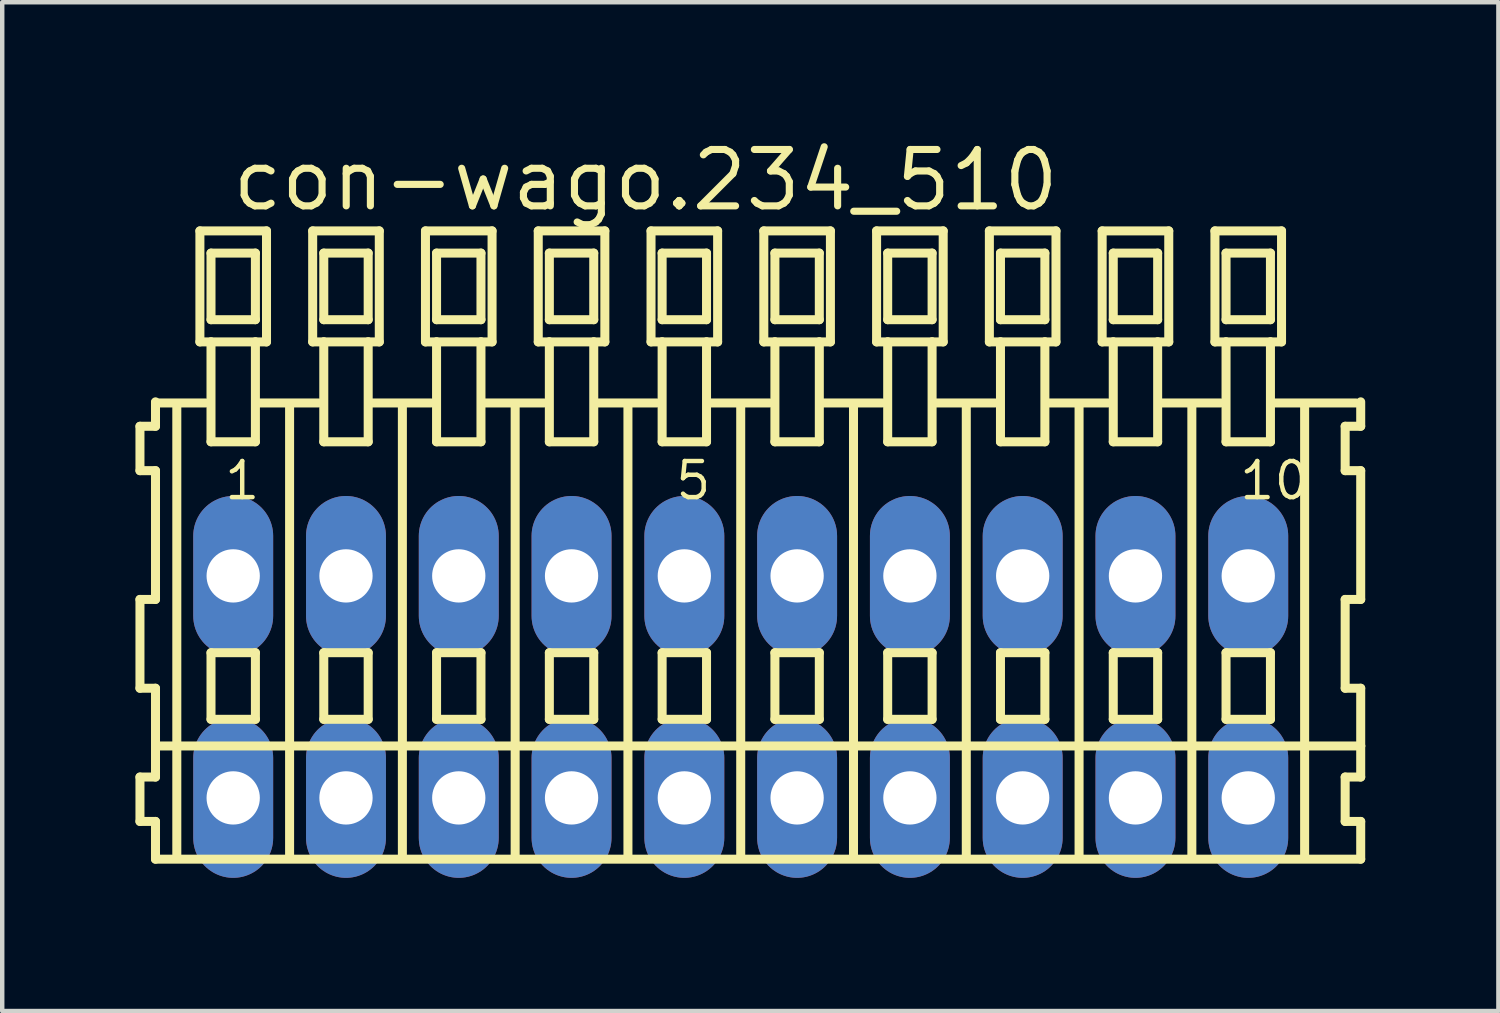
<source format=kicad_pcb>
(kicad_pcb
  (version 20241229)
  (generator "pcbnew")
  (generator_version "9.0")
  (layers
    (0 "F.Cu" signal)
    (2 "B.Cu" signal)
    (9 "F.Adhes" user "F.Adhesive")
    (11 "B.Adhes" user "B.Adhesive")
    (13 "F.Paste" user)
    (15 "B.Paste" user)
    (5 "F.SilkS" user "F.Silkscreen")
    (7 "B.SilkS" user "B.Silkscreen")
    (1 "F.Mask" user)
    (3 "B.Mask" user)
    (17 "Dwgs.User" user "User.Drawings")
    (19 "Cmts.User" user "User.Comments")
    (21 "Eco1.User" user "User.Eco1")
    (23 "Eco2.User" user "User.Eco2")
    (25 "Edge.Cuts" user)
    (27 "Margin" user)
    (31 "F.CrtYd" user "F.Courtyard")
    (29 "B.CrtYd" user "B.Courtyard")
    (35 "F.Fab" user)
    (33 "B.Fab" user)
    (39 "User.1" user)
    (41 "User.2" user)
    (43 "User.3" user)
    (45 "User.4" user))
  (footprint "con-wago.234_510"
    (layer "F.Cu")
    (at 13.632 12.42)
    (property "Reference" "con-wago.234_510" (at -11.53 -10.67 0) (layer "F.SilkS") (effects (font (size 1.27 1.27) (thickness 0.16)) (justify left bottom)))
    (attr through_hole)
    (fp_line (start -13.53 -5.87) (end -13.53 -4.87) (stroke (width 0.203) (type default)) (layer "F.SilkS"))
    (fp_line (start -13.53 -4.87) (end -13.18 -4.87) (stroke (width 0.203) (type default)) (layer "F.SilkS"))
    (fp_line (start -13.53 -1.97) (end -13.53 0.03) (stroke (width 0.203) (type default)) (layer "F.SilkS"))
    (fp_line (start -13.53 0.03) (end -13.18 0.03) (stroke (width 0.203) (type default)) (layer "F.SilkS"))
    (fp_line (start -13.53 2.03) (end -13.53 3.03) (stroke (width 0.203) (type default)) (layer "F.SilkS"))
    (fp_line (start -13.53 3.03) (end -13.18 3.03) (stroke (width 0.203) (type default)) (layer "F.SilkS"))
    (fp_line (start -13.18 -6.42) (end -13.18 -6.395) (stroke (width 0.203) (type default)) (layer "F.SilkS"))
    (fp_line (start -13.18 -6.395) (end -13.18 -5.87) (stroke (width 0.203) (type default)) (layer "F.SilkS"))
    (fp_line (start -13.18 -6.395) (end -12.055 -6.395) (stroke (width 0.203) (type default)) (layer "F.SilkS"))
    (fp_line (start -13.18 -5.87) (end -13.53 -5.87) (stroke (width 0.203) (type default)) (layer "F.SilkS"))
    (fp_line (start -13.18 -4.87) (end -13.18 -1.97) (stroke (width 0.203) (type default)) (layer "F.SilkS"))
    (fp_line (start -13.18 -1.97) (end -13.53 -1.97) (stroke (width 0.203) (type default)) (layer "F.SilkS"))
    (fp_line (start -13.18 0.03) (end -13.18 1.33) (stroke (width 0.203) (type default)) (layer "F.SilkS"))
    (fp_line (start -13.18 1.33) (end -13.18 2.03) (stroke (width 0.203) (type default)) (layer "F.SilkS"))
    (fp_line (start -13.18 1.33) (end 13.963 1.33) (stroke (width 0.203) (type default)) (layer "F.SilkS"))
    (fp_line (start -13.18 2.03) (end -13.53 2.03) (stroke (width 0.203) (type default)) (layer "F.SilkS"))
    (fp_line (start -13.18 3.03) (end -13.18 3.88) (stroke (width 0.203) (type default)) (layer "F.SilkS"))
    (fp_line (start -13.18 3.88) (end 13.963 3.88) (stroke (width 0.203) (type default)) (layer "F.SilkS"))
    (fp_line (start -12.7 3.83) (end -12.7 -6.33) (stroke (width 0.203) (type default)) (layer "F.SilkS"))
    (fp_line (start -12.18 -10.27) (end -12.18 -7.77) (stroke (width 0.203) (type default)) (layer "F.SilkS"))
    (fp_line (start -12.18 -7.77) (end -11.93 -7.77) (stroke (width 0.203) (type default)) (layer "F.SilkS"))
    (fp_line (start -11.93 -9.77) (end -11.93 -8.27) (stroke (width 0.203) (type default)) (layer "F.SilkS"))
    (fp_line (start -11.93 -8.27) (end -10.93 -8.27) (stroke (width 0.203) (type default)) (layer "F.SilkS"))
    (fp_line (start -11.93 -7.77) (end -11.93 -5.52) (stroke (width 0.203) (type default)) (layer "F.SilkS"))
    (fp_line (start -11.93 -7.77) (end -10.93 -7.77) (stroke (width 0.203) (type default)) (layer "F.SilkS"))
    (fp_line (start -11.93 -5.52) (end -10.93 -5.52) (stroke (width 0.203) (type default)) (layer "F.SilkS"))
    (fp_line (start -11.93 -0.77) (end -11.93 0.73) (stroke (width 0.203) (type default)) (layer "F.SilkS"))
    (fp_line (start -11.93 0.73) (end -10.93 0.73) (stroke (width 0.203) (type default)) (layer "F.SilkS"))
    (fp_line (start -10.93 -9.77) (end -11.93 -9.77) (stroke (width 0.203) (type default)) (layer "F.SilkS"))
    (fp_line (start -10.93 -8.27) (end -10.93 -9.77) (stroke (width 0.203) (type default)) (layer "F.SilkS"))
    (fp_line (start -10.93 -7.77) (end -10.68 -7.77) (stroke (width 0.203) (type default)) (layer "F.SilkS"))
    (fp_line (start -10.93 -5.52) (end -10.93 -7.77) (stroke (width 0.203) (type default)) (layer "F.SilkS"))
    (fp_line (start -10.93 -0.77) (end -11.93 -0.77) (stroke (width 0.203) (type default)) (layer "F.SilkS"))
    (fp_line (start -10.93 0.73) (end -10.93 -0.77) (stroke (width 0.203) (type default)) (layer "F.SilkS"))
    (fp_line (start -10.894 -6.395) (end -9.515 -6.395) (stroke (width 0.203) (type default)) (layer "F.SilkS"))
    (fp_line (start -10.68 -10.27) (end -12.18 -10.27) (stroke (width 0.203) (type default)) (layer "F.SilkS"))
    (fp_line (start -10.68 -7.77) (end -10.68 -10.27) (stroke (width 0.203) (type default)) (layer "F.SilkS"))
    (fp_line (start -10.16 3.83) (end -10.16 -6.33) (stroke (width 0.203) (type default)) (layer "F.SilkS"))
    (fp_line (start -9.64 -10.27) (end -9.64 -7.77) (stroke (width 0.203) (type default)) (layer "F.SilkS"))
    (fp_line (start -9.64 -7.77) (end -9.39 -7.77) (stroke (width 0.203) (type default)) (layer "F.SilkS"))
    (fp_line (start -9.39 -9.77) (end -9.39 -8.27) (stroke (width 0.203) (type default)) (layer "F.SilkS"))
    (fp_line (start -9.39 -8.27) (end -8.39 -8.27) (stroke (width 0.203) (type default)) (layer "F.SilkS"))
    (fp_line (start -9.39 -7.77) (end -9.39 -5.52) (stroke (width 0.203) (type default)) (layer "F.SilkS"))
    (fp_line (start -9.39 -7.77) (end -8.39 -7.77) (stroke (width 0.203) (type default)) (layer "F.SilkS"))
    (fp_line (start -9.39 -5.52) (end -8.39 -5.52) (stroke (width 0.203) (type default)) (layer "F.SilkS"))
    (fp_line (start -9.39 -0.77) (end -9.39 0.73) (stroke (width 0.203) (type default)) (layer "F.SilkS"))
    (fp_line (start -9.39 0.73) (end -8.39 0.73) (stroke (width 0.203) (type default)) (layer "F.SilkS"))
    (fp_line (start -8.39 -9.77) (end -9.39 -9.77) (stroke (width 0.203) (type default)) (layer "F.SilkS"))
    (fp_line (start -8.39 -8.27) (end -8.39 -9.77) (stroke (width 0.203) (type default)) (layer "F.SilkS"))
    (fp_line (start -8.39 -7.77) (end -8.14 -7.77) (stroke (width 0.203) (type default)) (layer "F.SilkS"))
    (fp_line (start -8.39 -5.52) (end -8.39 -7.77) (stroke (width 0.203) (type default)) (layer "F.SilkS"))
    (fp_line (start -8.39 -0.77) (end -9.39 -0.77) (stroke (width 0.203) (type default)) (layer "F.SilkS"))
    (fp_line (start -8.39 0.73) (end -8.39 -0.77) (stroke (width 0.203) (type default)) (layer "F.SilkS"))
    (fp_line (start -8.354 -6.395) (end -6.975 -6.395) (stroke (width 0.203) (type default)) (layer "F.SilkS"))
    (fp_line (start -8.14 -10.27) (end -9.64 -10.27) (stroke (width 0.203) (type default)) (layer "F.SilkS"))
    (fp_line (start -8.14 -7.77) (end -8.14 -10.27) (stroke (width 0.203) (type default)) (layer "F.SilkS"))
    (fp_line (start -7.62 3.83) (end -7.62 -6.33) (stroke (width 0.203) (type default)) (layer "F.SilkS"))
    (fp_line (start -7.1 -10.27) (end -7.1 -7.77) (stroke (width 0.203) (type default)) (layer "F.SilkS"))
    (fp_line (start -7.1 -7.77) (end -6.85 -7.77) (stroke (width 0.203) (type default)) (layer "F.SilkS"))
    (fp_line (start -6.85 -9.77) (end -6.85 -8.27) (stroke (width 0.203) (type default)) (layer "F.SilkS"))
    (fp_line (start -6.85 -8.27) (end -5.85 -8.27) (stroke (width 0.203) (type default)) (layer "F.SilkS"))
    (fp_line (start -6.85 -7.77) (end -6.85 -5.52) (stroke (width 0.203) (type default)) (layer "F.SilkS"))
    (fp_line (start -6.85 -7.77) (end -5.85 -7.77) (stroke (width 0.203) (type default)) (layer "F.SilkS"))
    (fp_line (start -6.85 -5.52) (end -5.85 -5.52) (stroke (width 0.203) (type default)) (layer "F.SilkS"))
    (fp_line (start -6.85 -0.77) (end -6.85 0.73) (stroke (width 0.203) (type default)) (layer "F.SilkS"))
    (fp_line (start -6.85 0.73) (end -5.85 0.73) (stroke (width 0.203) (type default)) (layer "F.SilkS"))
    (fp_line (start -5.85 -9.77) (end -6.85 -9.77) (stroke (width 0.203) (type default)) (layer "F.SilkS"))
    (fp_line (start -5.85 -8.27) (end -5.85 -9.77) (stroke (width 0.203) (type default)) (layer "F.SilkS"))
    (fp_line (start -5.85 -7.77) (end -5.6 -7.77) (stroke (width 0.203) (type default)) (layer "F.SilkS"))
    (fp_line (start -5.85 -5.52) (end -5.85 -7.77) (stroke (width 0.203) (type default)) (layer "F.SilkS"))
    (fp_line (start -5.85 -0.77) (end -6.85 -0.77) (stroke (width 0.203) (type default)) (layer "F.SilkS"))
    (fp_line (start -5.85 0.73) (end -5.85 -0.77) (stroke (width 0.203) (type default)) (layer "F.SilkS"))
    (fp_line (start -5.814 -6.395) (end -4.435 -6.395) (stroke (width 0.203) (type default)) (layer "F.SilkS"))
    (fp_line (start -5.6 -10.27) (end -7.1 -10.27) (stroke (width 0.203) (type default)) (layer "F.SilkS"))
    (fp_line (start -5.6 -7.77) (end -5.6 -10.27) (stroke (width 0.203) (type default)) (layer "F.SilkS"))
    (fp_line (start -5.08 3.83) (end -5.08 -6.33) (stroke (width 0.203) (type default)) (layer "F.SilkS"))
    (fp_line (start -4.56 -10.27) (end -4.56 -7.77) (stroke (width 0.203) (type default)) (layer "F.SilkS"))
    (fp_line (start -4.56 -7.77) (end -4.31 -7.77) (stroke (width 0.203) (type default)) (layer "F.SilkS"))
    (fp_line (start -4.31 -9.77) (end -4.31 -8.27) (stroke (width 0.203) (type default)) (layer "F.SilkS"))
    (fp_line (start -4.31 -8.27) (end -3.31 -8.27) (stroke (width 0.203) (type default)) (layer "F.SilkS"))
    (fp_line (start -4.31 -7.77) (end -4.31 -5.52) (stroke (width 0.203) (type default)) (layer "F.SilkS"))
    (fp_line (start -4.31 -7.77) (end -3.31 -7.77) (stroke (width 0.203) (type default)) (layer "F.SilkS"))
    (fp_line (start -4.31 -5.52) (end -3.31 -5.52) (stroke (width 0.203) (type default)) (layer "F.SilkS"))
    (fp_line (start -4.31 -0.77) (end -4.31 0.73) (stroke (width 0.203) (type default)) (layer "F.SilkS"))
    (fp_line (start -4.31 0.73) (end -3.31 0.73) (stroke (width 0.203) (type default)) (layer "F.SilkS"))
    (fp_line (start -3.31 -9.77) (end -4.31 -9.77) (stroke (width 0.203) (type default)) (layer "F.SilkS"))
    (fp_line (start -3.31 -8.27) (end -3.31 -9.77) (stroke (width 0.203) (type default)) (layer "F.SilkS"))
    (fp_line (start -3.31 -7.77) (end -3.06 -7.77) (stroke (width 0.203) (type default)) (layer "F.SilkS"))
    (fp_line (start -3.31 -5.52) (end -3.31 -7.77) (stroke (width 0.203) (type default)) (layer "F.SilkS"))
    (fp_line (start -3.31 -0.77) (end -4.31 -0.77) (stroke (width 0.203) (type default)) (layer "F.SilkS"))
    (fp_line (start -3.31 0.73) (end -3.31 -0.77) (stroke (width 0.203) (type default)) (layer "F.SilkS"))
    (fp_line (start -3.274 -6.395) (end -1.895 -6.395) (stroke (width 0.203) (type default)) (layer "F.SilkS"))
    (fp_line (start -3.06 -10.27) (end -4.56 -10.27) (stroke (width 0.203) (type default)) (layer "F.SilkS"))
    (fp_line (start -3.06 -7.77) (end -3.06 -10.27) (stroke (width 0.203) (type default)) (layer "F.SilkS"))
    (fp_line (start -2.54 3.83) (end -2.54 -6.33) (stroke (width 0.203) (type default)) (layer "F.SilkS"))
    (fp_line (start -2.02 -10.27) (end -2.02 -7.77) (stroke (width 0.203) (type default)) (layer "F.SilkS"))
    (fp_line (start -2.02 -7.77) (end -1.77 -7.77) (stroke (width 0.203) (type default)) (layer "F.SilkS"))
    (fp_line (start -1.77 -9.77) (end -1.77 -8.27) (stroke (width 0.203) (type default)) (layer "F.SilkS"))
    (fp_line (start -1.77 -8.27) (end -0.77 -8.27) (stroke (width 0.203) (type default)) (layer "F.SilkS"))
    (fp_line (start -1.77 -7.77) (end -1.77 -5.52) (stroke (width 0.203) (type default)) (layer "F.SilkS"))
    (fp_line (start -1.77 -7.77) (end -0.77 -7.77) (stroke (width 0.203) (type default)) (layer "F.SilkS"))
    (fp_line (start -1.77 -5.52) (end -0.77 -5.52) (stroke (width 0.203) (type default)) (layer "F.SilkS"))
    (fp_line (start -1.77 -0.77) (end -1.77 0.73) (stroke (width 0.203) (type default)) (layer "F.SilkS"))
    (fp_line (start -1.77 0.73) (end -0.77 0.73) (stroke (width 0.203) (type default)) (layer "F.SilkS"))
    (fp_line (start -0.77 -9.77) (end -1.77 -9.77) (stroke (width 0.203) (type default)) (layer "F.SilkS"))
    (fp_line (start -0.77 -8.27) (end -0.77 -9.77) (stroke (width 0.203) (type default)) (layer "F.SilkS"))
    (fp_line (start -0.77 -7.77) (end -0.52 -7.77) (stroke (width 0.203) (type default)) (layer "F.SilkS"))
    (fp_line (start -0.77 -5.52) (end -0.77 -7.77) (stroke (width 0.203) (type default)) (layer "F.SilkS"))
    (fp_line (start -0.77 -0.77) (end -1.77 -0.77) (stroke (width 0.203) (type default)) (layer "F.SilkS"))
    (fp_line (start -0.77 0.73) (end -0.77 -0.77) (stroke (width 0.203) (type default)) (layer "F.SilkS"))
    (fp_line (start -0.734 -6.395) (end 0.645 -6.395) (stroke (width 0.203) (type default)) (layer "F.SilkS"))
    (fp_line (start -0.52 -10.27) (end -2.02 -10.27) (stroke (width 0.203) (type default)) (layer "F.SilkS"))
    (fp_line (start -0.52 -7.77) (end -0.52 -10.27) (stroke (width 0.203) (type default)) (layer "F.SilkS"))
    (fp_line (start 0 3.83) (end 0 -6.33) (stroke (width 0.203) (type default)) (layer "F.SilkS"))
    (fp_line (start 0.52 -10.27) (end 0.52 -7.77) (stroke (width 0.203) (type default)) (layer "F.SilkS"))
    (fp_line (start 0.52 -7.77) (end 0.77 -7.77) (stroke (width 0.203) (type default)) (layer "F.SilkS"))
    (fp_line (start 0.77 -9.77) (end 0.77 -8.27) (stroke (width 0.203) (type default)) (layer "F.SilkS"))
    (fp_line (start 0.77 -8.27) (end 1.77 -8.27) (stroke (width 0.203) (type default)) (layer "F.SilkS"))
    (fp_line (start 0.77 -7.77) (end 0.77 -5.52) (stroke (width 0.203) (type default)) (layer "F.SilkS"))
    (fp_line (start 0.77 -7.77) (end 1.77 -7.77) (stroke (width 0.203) (type default)) (layer "F.SilkS"))
    (fp_line (start 0.77 -5.52) (end 1.77 -5.52) (stroke (width 0.203) (type default)) (layer "F.SilkS"))
    (fp_line (start 0.77 -0.77) (end 0.77 0.73) (stroke (width 0.203) (type default)) (layer "F.SilkS"))
    (fp_line (start 0.77 0.73) (end 1.77 0.73) (stroke (width 0.203) (type default)) (layer "F.SilkS"))
    (fp_line (start 1.77 -9.77) (end 0.77 -9.77) (stroke (width 0.203) (type default)) (layer "F.SilkS"))
    (fp_line (start 1.77 -8.27) (end 1.77 -9.77) (stroke (width 0.203) (type default)) (layer "F.SilkS"))
    (fp_line (start 1.77 -7.77) (end 2.02 -7.77) (stroke (width 0.203) (type default)) (layer "F.SilkS"))
    (fp_line (start 1.77 -5.52) (end 1.77 -7.77) (stroke (width 0.203) (type default)) (layer "F.SilkS"))
    (fp_line (start 1.77 -0.77) (end 0.77 -0.77) (stroke (width 0.203) (type default)) (layer "F.SilkS"))
    (fp_line (start 1.77 0.73) (end 1.77 -0.77) (stroke (width 0.203) (type default)) (layer "F.SilkS"))
    (fp_line (start 1.806 -6.395) (end 3.185 -6.395) (stroke (width 0.203) (type default)) (layer "F.SilkS"))
    (fp_line (start 2.02 -10.27) (end 0.52 -10.27) (stroke (width 0.203) (type default)) (layer "F.SilkS"))
    (fp_line (start 2.02 -7.77) (end 2.02 -10.27) (stroke (width 0.203) (type default)) (layer "F.SilkS"))
    (fp_line (start 2.54 3.83) (end 2.54 -6.33) (stroke (width 0.203) (type default)) (layer "F.SilkS"))
    (fp_line (start 3.06 -10.27) (end 3.06 -7.77) (stroke (width 0.203) (type default)) (layer "F.SilkS"))
    (fp_line (start 3.06 -7.77) (end 3.31 -7.77) (stroke (width 0.203) (type default)) (layer "F.SilkS"))
    (fp_line (start 3.31 -9.77) (end 3.31 -8.27) (stroke (width 0.203) (type default)) (layer "F.SilkS"))
    (fp_line (start 3.31 -8.27) (end 4.31 -8.27) (stroke (width 0.203) (type default)) (layer "F.SilkS"))
    (fp_line (start 3.31 -7.77) (end 3.31 -5.52) (stroke (width 0.203) (type default)) (layer "F.SilkS"))
    (fp_line (start 3.31 -7.77) (end 4.31 -7.77) (stroke (width 0.203) (type default)) (layer "F.SilkS"))
    (fp_line (start 3.31 -5.52) (end 4.31 -5.52) (stroke (width 0.203) (type default)) (layer "F.SilkS"))
    (fp_line (start 3.31 -0.77) (end 3.31 0.73) (stroke (width 0.203) (type default)) (layer "F.SilkS"))
    (fp_line (start 3.31 0.73) (end 4.31 0.73) (stroke (width 0.203) (type default)) (layer "F.SilkS"))
    (fp_line (start 4.31 -9.77) (end 3.31 -9.77) (stroke (width 0.203) (type default)) (layer "F.SilkS"))
    (fp_line (start 4.31 -8.27) (end 4.31 -9.77) (stroke (width 0.203) (type default)) (layer "F.SilkS"))
    (fp_line (start 4.31 -7.77) (end 4.56 -7.77) (stroke (width 0.203) (type default)) (layer "F.SilkS"))
    (fp_line (start 4.31 -5.52) (end 4.31 -7.77) (stroke (width 0.203) (type default)) (layer "F.SilkS"))
    (fp_line (start 4.31 -0.77) (end 3.31 -0.77) (stroke (width 0.203) (type default)) (layer "F.SilkS"))
    (fp_line (start 4.31 0.73) (end 4.31 -0.77) (stroke (width 0.203) (type default)) (layer "F.SilkS"))
    (fp_line (start 4.346 -6.395) (end 5.725 -6.395) (stroke (width 0.203) (type default)) (layer "F.SilkS"))
    (fp_line (start 4.56 -10.27) (end 3.06 -10.27) (stroke (width 0.203) (type default)) (layer "F.SilkS"))
    (fp_line (start 4.56 -7.77) (end 4.56 -10.27) (stroke (width 0.203) (type default)) (layer "F.SilkS"))
    (fp_line (start 5.08 3.83) (end 5.08 -6.33) (stroke (width 0.203) (type default)) (layer "F.SilkS"))
    (fp_line (start 5.6 -10.27) (end 5.6 -7.77) (stroke (width 0.203) (type default)) (layer "F.SilkS"))
    (fp_line (start 5.6 -7.77) (end 5.85 -7.77) (stroke (width 0.203) (type default)) (layer "F.SilkS"))
    (fp_line (start 5.85 -9.77) (end 5.85 -8.27) (stroke (width 0.203) (type default)) (layer "F.SilkS"))
    (fp_line (start 5.85 -8.27) (end 6.85 -8.27) (stroke (width 0.203) (type default)) (layer "F.SilkS"))
    (fp_line (start 5.85 -7.77) (end 5.85 -5.52) (stroke (width 0.203) (type default)) (layer "F.SilkS"))
    (fp_line (start 5.85 -7.77) (end 6.85 -7.77) (stroke (width 0.203) (type default)) (layer "F.SilkS"))
    (fp_line (start 5.85 -5.52) (end 6.85 -5.52) (stroke (width 0.203) (type default)) (layer "F.SilkS"))
    (fp_line (start 5.85 -0.77) (end 5.85 0.73) (stroke (width 0.203) (type default)) (layer "F.SilkS"))
    (fp_line (start 5.85 0.73) (end 6.85 0.73) (stroke (width 0.203) (type default)) (layer "F.SilkS"))
    (fp_line (start 6.85 -9.77) (end 5.85 -9.77) (stroke (width 0.203) (type default)) (layer "F.SilkS"))
    (fp_line (start 6.85 -8.27) (end 6.85 -9.77) (stroke (width 0.203) (type default)) (layer "F.SilkS"))
    (fp_line (start 6.85 -7.77) (end 7.1 -7.77) (stroke (width 0.203) (type default)) (layer "F.SilkS"))
    (fp_line (start 6.85 -5.52) (end 6.85 -7.77) (stroke (width 0.203) (type default)) (layer "F.SilkS"))
    (fp_line (start 6.85 -0.77) (end 5.85 -0.77) (stroke (width 0.203) (type default)) (layer "F.SilkS"))
    (fp_line (start 6.85 0.73) (end 6.85 -0.77) (stroke (width 0.203) (type default)) (layer "F.SilkS"))
    (fp_line (start 6.886 -6.395) (end 8.265 -6.395) (stroke (width 0.203) (type default)) (layer "F.SilkS"))
    (fp_line (start 7.1 -10.27) (end 5.6 -10.27) (stroke (width 0.203) (type default)) (layer "F.SilkS"))
    (fp_line (start 7.1 -7.77) (end 7.1 -10.27) (stroke (width 0.203) (type default)) (layer "F.SilkS"))
    (fp_line (start 7.62 3.83) (end 7.62 -6.33) (stroke (width 0.203) (type default)) (layer "F.SilkS"))
    (fp_line (start 8.14 -10.27) (end 8.14 -7.77) (stroke (width 0.203) (type default)) (layer "F.SilkS"))
    (fp_line (start 8.14 -7.77) (end 8.39 -7.77) (stroke (width 0.203) (type default)) (layer "F.SilkS"))
    (fp_line (start 8.39 -9.77) (end 8.39 -8.27) (stroke (width 0.203) (type default)) (layer "F.SilkS"))
    (fp_line (start 8.39 -8.27) (end 9.39 -8.27) (stroke (width 0.203) (type default)) (layer "F.SilkS"))
    (fp_line (start 8.39 -7.77) (end 8.39 -5.52) (stroke (width 0.203) (type default)) (layer "F.SilkS"))
    (fp_line (start 8.39 -7.77) (end 9.39 -7.77) (stroke (width 0.203) (type default)) (layer "F.SilkS"))
    (fp_line (start 8.39 -5.52) (end 9.39 -5.52) (stroke (width 0.203) (type default)) (layer "F.SilkS"))
    (fp_line (start 8.39 -0.77) (end 8.39 0.73) (stroke (width 0.203) (type default)) (layer "F.SilkS"))
    (fp_line (start 8.39 0.73) (end 9.39 0.73) (stroke (width 0.203) (type default)) (layer "F.SilkS"))
    (fp_line (start 9.39 -9.77) (end 8.39 -9.77) (stroke (width 0.203) (type default)) (layer "F.SilkS"))
    (fp_line (start 9.39 -8.27) (end 9.39 -9.77) (stroke (width 0.203) (type default)) (layer "F.SilkS"))
    (fp_line (start 9.39 -7.77) (end 9.64 -7.77) (stroke (width 0.203) (type default)) (layer "F.SilkS"))
    (fp_line (start 9.39 -5.52) (end 9.39 -7.77) (stroke (width 0.203) (type default)) (layer "F.SilkS"))
    (fp_line (start 9.39 -0.77) (end 8.39 -0.77) (stroke (width 0.203) (type default)) (layer "F.SilkS"))
    (fp_line (start 9.39 0.73) (end 9.39 -0.77) (stroke (width 0.203) (type default)) (layer "F.SilkS"))
    (fp_line (start 9.426 -6.395) (end 10.805 -6.395) (stroke (width 0.203) (type default)) (layer "F.SilkS"))
    (fp_line (start 9.64 -10.27) (end 8.14 -10.27) (stroke (width 0.203) (type default)) (layer "F.SilkS"))
    (fp_line (start 9.64 -7.77) (end 9.64 -10.27) (stroke (width 0.203) (type default)) (layer "F.SilkS"))
    (fp_line (start 10.16 3.83) (end 10.16 -6.33) (stroke (width 0.203) (type default)) (layer "F.SilkS"))
    (fp_line (start 10.68 -10.27) (end 10.68 -7.77) (stroke (width 0.203) (type default)) (layer "F.SilkS"))
    (fp_line (start 10.68 -7.77) (end 10.93 -7.77) (stroke (width 0.203) (type default)) (layer "F.SilkS"))
    (fp_line (start 10.93 -9.77) (end 10.93 -8.27) (stroke (width 0.203) (type default)) (layer "F.SilkS"))
    (fp_line (start 10.93 -8.27) (end 11.93 -8.27) (stroke (width 0.203) (type default)) (layer "F.SilkS"))
    (fp_line (start 10.93 -7.77) (end 10.93 -5.52) (stroke (width 0.203) (type default)) (layer "F.SilkS"))
    (fp_line (start 10.93 -7.77) (end 11.93 -7.77) (stroke (width 0.203) (type default)) (layer "F.SilkS"))
    (fp_line (start 10.93 -5.52) (end 11.93 -5.52) (stroke (width 0.203) (type default)) (layer "F.SilkS"))
    (fp_line (start 10.93 -0.77) (end 10.93 0.73) (stroke (width 0.203) (type default)) (layer "F.SilkS"))
    (fp_line (start 10.93 0.73) (end 11.93 0.73) (stroke (width 0.203) (type default)) (layer "F.SilkS"))
    (fp_line (start 11.93 -9.77) (end 10.93 -9.77) (stroke (width 0.203) (type default)) (layer "F.SilkS"))
    (fp_line (start 11.93 -8.27) (end 11.93 -9.77) (stroke (width 0.203) (type default)) (layer "F.SilkS"))
    (fp_line (start 11.93 -7.77) (end 12.18 -7.77) (stroke (width 0.203) (type default)) (layer "F.SilkS"))
    (fp_line (start 11.93 -5.52) (end 11.93 -7.77) (stroke (width 0.203) (type default)) (layer "F.SilkS"))
    (fp_line (start 11.93 -0.77) (end 10.93 -0.77) (stroke (width 0.203) (type default)) (layer "F.SilkS"))
    (fp_line (start 11.93 0.73) (end 11.93 -0.77) (stroke (width 0.203) (type default)) (layer "F.SilkS"))
    (fp_line (start 11.966 -6.395) (end 13.853 -6.395) (stroke (width 0.203) (type default)) (layer "F.SilkS"))
    (fp_line (start 12.18 -10.27) (end 10.68 -10.27) (stroke (width 0.203) (type default)) (layer "F.SilkS"))
    (fp_line (start 12.18 -7.77) (end 12.18 -10.27) (stroke (width 0.203) (type default)) (layer "F.SilkS"))
    (fp_line (start 12.7 3.83) (end 12.7 -6.33) (stroke (width 0.203) (type default)) (layer "F.SilkS"))
    (fp_line (start 13.613 -5.87) (end 13.613 -4.87) (stroke (width 0.203) (type default)) (layer "F.SilkS"))
    (fp_line (start 13.613 -4.87) (end 13.963 -4.87) (stroke (width 0.203) (type default)) (layer "F.SilkS"))
    (fp_line (start 13.613 -1.97) (end 13.613 0.03) (stroke (width 0.203) (type default)) (layer "F.SilkS"))
    (fp_line (start 13.613 0.03) (end 13.963 0.03) (stroke (width 0.203) (type default)) (layer "F.SilkS"))
    (fp_line (start 13.613 2.03) (end 13.613 3.03) (stroke (width 0.203) (type default)) (layer "F.SilkS"))
    (fp_line (start 13.613 3.03) (end 13.963 3.03) (stroke (width 0.203) (type default)) (layer "F.SilkS"))
    (fp_line (start 13.963 -5.87) (end 13.613 -5.87) (stroke (width 0.203) (type default)) (layer "F.SilkS"))
    (fp_line (start 13.963 -5.87) (end 13.963 -6.42) (stroke (width 0.203) (type default)) (layer "F.SilkS"))
    (fp_line (start 13.963 -1.97) (end 13.613 -1.97) (stroke (width 0.203) (type default)) (layer "F.SilkS"))
    (fp_line (start 13.963 -1.97) (end 13.963 -4.87) (stroke (width 0.203) (type default)) (layer "F.SilkS"))
    (fp_line (start 13.963 1.33) (end 13.963 0.03) (stroke (width 0.203) (type default)) (layer "F.SilkS"))
    (fp_line (start 13.963 2.03) (end 13.613 2.03) (stroke (width 0.203) (type default)) (layer "F.SilkS"))
    (fp_line (start 13.963 2.03) (end 13.963 1.33) (stroke (width 0.203) (type default)) (layer "F.SilkS"))
    (fp_line (start 13.963 3.88) (end 13.963 3.03) (stroke (width 0.203) (type default)) (layer "F.SilkS"))
    (fp_text user "1" (at -11.68 -4.17 0) (layer "F.SilkS") (effects (font (size 0.813 0.813) (thickness 0.1)) (justify left bottom)))
    (fp_text user "10" (at 11.18 -4.17 0) (layer "F.SilkS") (effects (font (size 0.813 0.813) (thickness 0.1)) (justify left bottom)))
    (fp_text user "5" (at -1.52 -4.17 0) (layer "F.SilkS") (effects (font (size 0.813 0.813) (thickness 0.1)) (justify left bottom)))
    (pad "A1" thru_hole oval (at -11.43 -2.5 90) (size 3.6 1.8) (drill 1.2) (layers "*.Cu" "*.Mask"))
    (pad "A2" thru_hole oval (at -8.89 -2.5 90) (size 3.6 1.8) (drill 1.2) (layers "*.Cu" "*.Mask"))
    (pad "A3" thru_hole oval (at -6.35 -2.5 90) (size 3.6 1.8) (drill 1.2) (layers "*.Cu" "*.Mask"))
    (pad "A4" thru_hole oval (at -3.81 -2.5 90) (size 3.6 1.8) (drill 1.2) (layers "*.Cu" "*.Mask"))
    (pad "A5" thru_hole oval (at -1.27 -2.5 90) (size 3.6 1.8) (drill 1.2) (layers "*.Cu" "*.Mask"))
    (pad "A6" thru_hole oval (at 1.27 -2.5 90) (size 3.6 1.8) (drill 1.2) (layers "*.Cu" "*.Mask"))
    (pad "A7" thru_hole oval (at 3.81 -2.5 90) (size 3.6 1.8) (drill 1.2) (layers "*.Cu" "*.Mask"))
    (pad "A8" thru_hole oval (at 6.35 -2.5 90) (size 3.6 1.8) (drill 1.2) (layers "*.Cu" "*.Mask"))
    (pad "A9" thru_hole oval (at 8.89 -2.5 90) (size 3.6 1.8) (drill 1.2) (layers "*.Cu" "*.Mask"))
    (pad "A10" thru_hole oval (at 11.43 -2.5 90) (size 3.6 1.8) (drill 1.2) (layers "*.Cu" "*.Mask"))
    (pad "B1" thru_hole oval (at -11.43 2.5 90) (size 3.6 1.8) (drill 1.2) (layers "*.Cu" "*.Mask"))
    (pad "B2" thru_hole oval (at -8.89 2.5 90) (size 3.6 1.8) (drill 1.2) (layers "*.Cu" "*.Mask"))
    (pad "B3" thru_hole oval (at -6.35 2.5 90) (size 3.6 1.8) (drill 1.2) (layers "*.Cu" "*.Mask"))
    (pad "B4" thru_hole oval (at -3.81 2.5 90) (size 3.6 1.8) (drill 1.2) (layers "*.Cu" "*.Mask"))
    (pad "B5" thru_hole oval (at -1.27 2.5 90) (size 3.6 1.8) (drill 1.2) (layers "*.Cu" "*.Mask"))
    (pad "B6" thru_hole oval (at 1.27 2.5 90) (size 3.6 1.8) (drill 1.2) (layers "*.Cu" "*.Mask"))
    (pad "B7" thru_hole oval (at 3.81 2.5 90) (size 3.6 1.8) (drill 1.2) (layers "*.Cu" "*.Mask"))
    (pad "B8" thru_hole oval (at 6.35 2.5 90) (size 3.6 1.8) (drill 1.2) (layers "*.Cu" "*.Mask"))
    (pad "B9" thru_hole oval (at 8.89 2.5 90) (size 3.6 1.8) (drill 1.2) (layers "*.Cu" "*.Mask"))
    (pad "B10" thru_hole oval (at 11.43 2.5 90) (size 3.6 1.8) (drill 1.2) (layers "*.Cu" "*.Mask")))
  (gr_rect
    (start -3 -3)
    (end 30.696 19.72)
    (stroke (width 0.1) (type default))
    (fill no)
    (layer "Edge.Cuts")))
</source>
